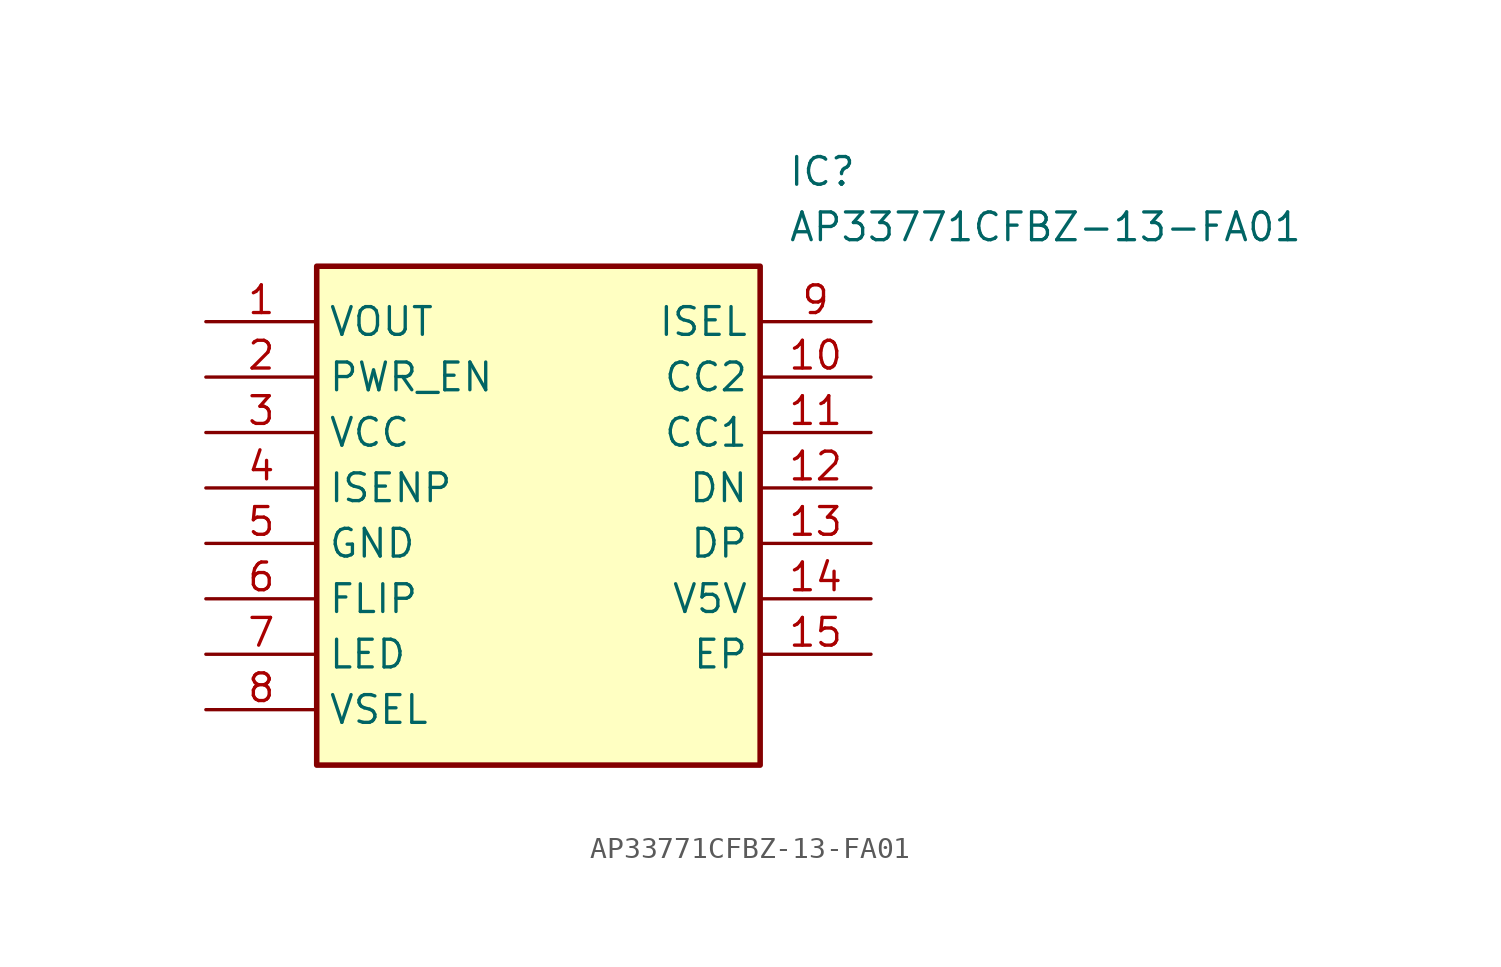
<source format=kicad_sym>
(kicad_symbol_lib
  (version 20211014)
  (generator SamacSys_ECAD_Model)
  (symbol "AP33771CFBZ-13-FA01"
    (property "Reference" "IC"
      (at 26.67 7.62 0)
      (effects (font (size 1.27 1.27)) (justify left top)))
    (property "Value" "AP33771CFBZ-13-FA01"
      (at 26.67 5.08 0)
      (effects (font (size 1.27 1.27)) (justify left top)))
    (rectangle
      (start 5.08 2.54)
      (end 25.4 -20.32)
      (stroke (width 0.254) (type default))
      (fill (type background)))
    (pin passive line
      (at 0 0 0)
      (length 5.08)
      (name "VOUT" (effects (font (size 1.27 1.27))))
      (number "1" (effects (font (size 1.27 1.27)))))
    (pin passive line
      (at 0 -2.54 0)
      (length 5.08)
      (name "PWR_EN" (effects (font (size 1.27 1.27))))
      (number "2" (effects (font (size 1.27 1.27)))))
    (pin passive line
      (at 0 -5.08 0)
      (length 5.08)
      (name "VCC" (effects (font (size 1.27 1.27))))
      (number "3" (effects (font (size 1.27 1.27)))))
    (pin passive line
      (at 0 -7.62 0)
      (length 5.08)
      (name "ISENP" (effects (font (size 1.27 1.27))))
      (number "4" (effects (font (size 1.27 1.27)))))
    (pin passive line
      (at 0 -10.16 0)
      (length 5.08)
      (name "GND" (effects (font (size 1.27 1.27))))
      (number "5" (effects (font (size 1.27 1.27)))))
    (pin passive line
      (at 0 -12.7 0)
      (length 5.08)
      (name "FLIP" (effects (font (size 1.27 1.27))))
      (number "6" (effects (font (size 1.27 1.27)))))
    (pin passive line
      (at 0 -15.24 0)
      (length 5.08)
      (name "LED" (effects (font (size 1.27 1.27))))
      (number "7" (effects (font (size 1.27 1.27)))))
    (pin passive line
      (at 0 -17.78 0)
      (length 5.08)
      (name "VSEL" (effects (font (size 1.27 1.27))))
      (number "8" (effects (font (size 1.27 1.27)))))
    (pin passive line
      (at 30.48 0 180)
      (length 5.08)
      (name "ISEL" (effects (font (size 1.27 1.27))))
      (number "9" (effects (font (size 1.27 1.27)))))
    (pin passive line
      (at 30.48 -2.54 180)
      (length 5.08)
      (name "CC2" (effects (font (size 1.27 1.27))))
      (number "10" (effects (font (size 1.27 1.27)))))
    (pin passive line
      (at 30.48 -5.08 180)
      (length 5.08)
      (name "CC1" (effects (font (size 1.27 1.27))))
      (number "11" (effects (font (size 1.27 1.27)))))
    (pin passive line
      (at 30.48 -7.62 180)
      (length 5.08)
      (name "DN" (effects (font (size 1.27 1.27))))
      (number "12" (effects (font (size 1.27 1.27)))))
    (pin passive line
      (at 30.48 -10.16 180)
      (length 5.08)
      (name "DP" (effects (font (size 1.27 1.27))))
      (number "13" (effects (font (size 1.27 1.27)))))
    (pin passive line
      (at 30.48 -12.7 180)
      (length 5.08)
      (name "V5V" (effects (font (size 1.27 1.27))))
      (number "14" (effects (font (size 1.27 1.27)))))
    (pin passive line
      (at 30.48 -15.24 180)
      (length 5.08)
      (name "EP" (effects (font (size 1.27 1.27))))
      (number "15" (effects (font (size 1.27 1.27)))))))
</source>
